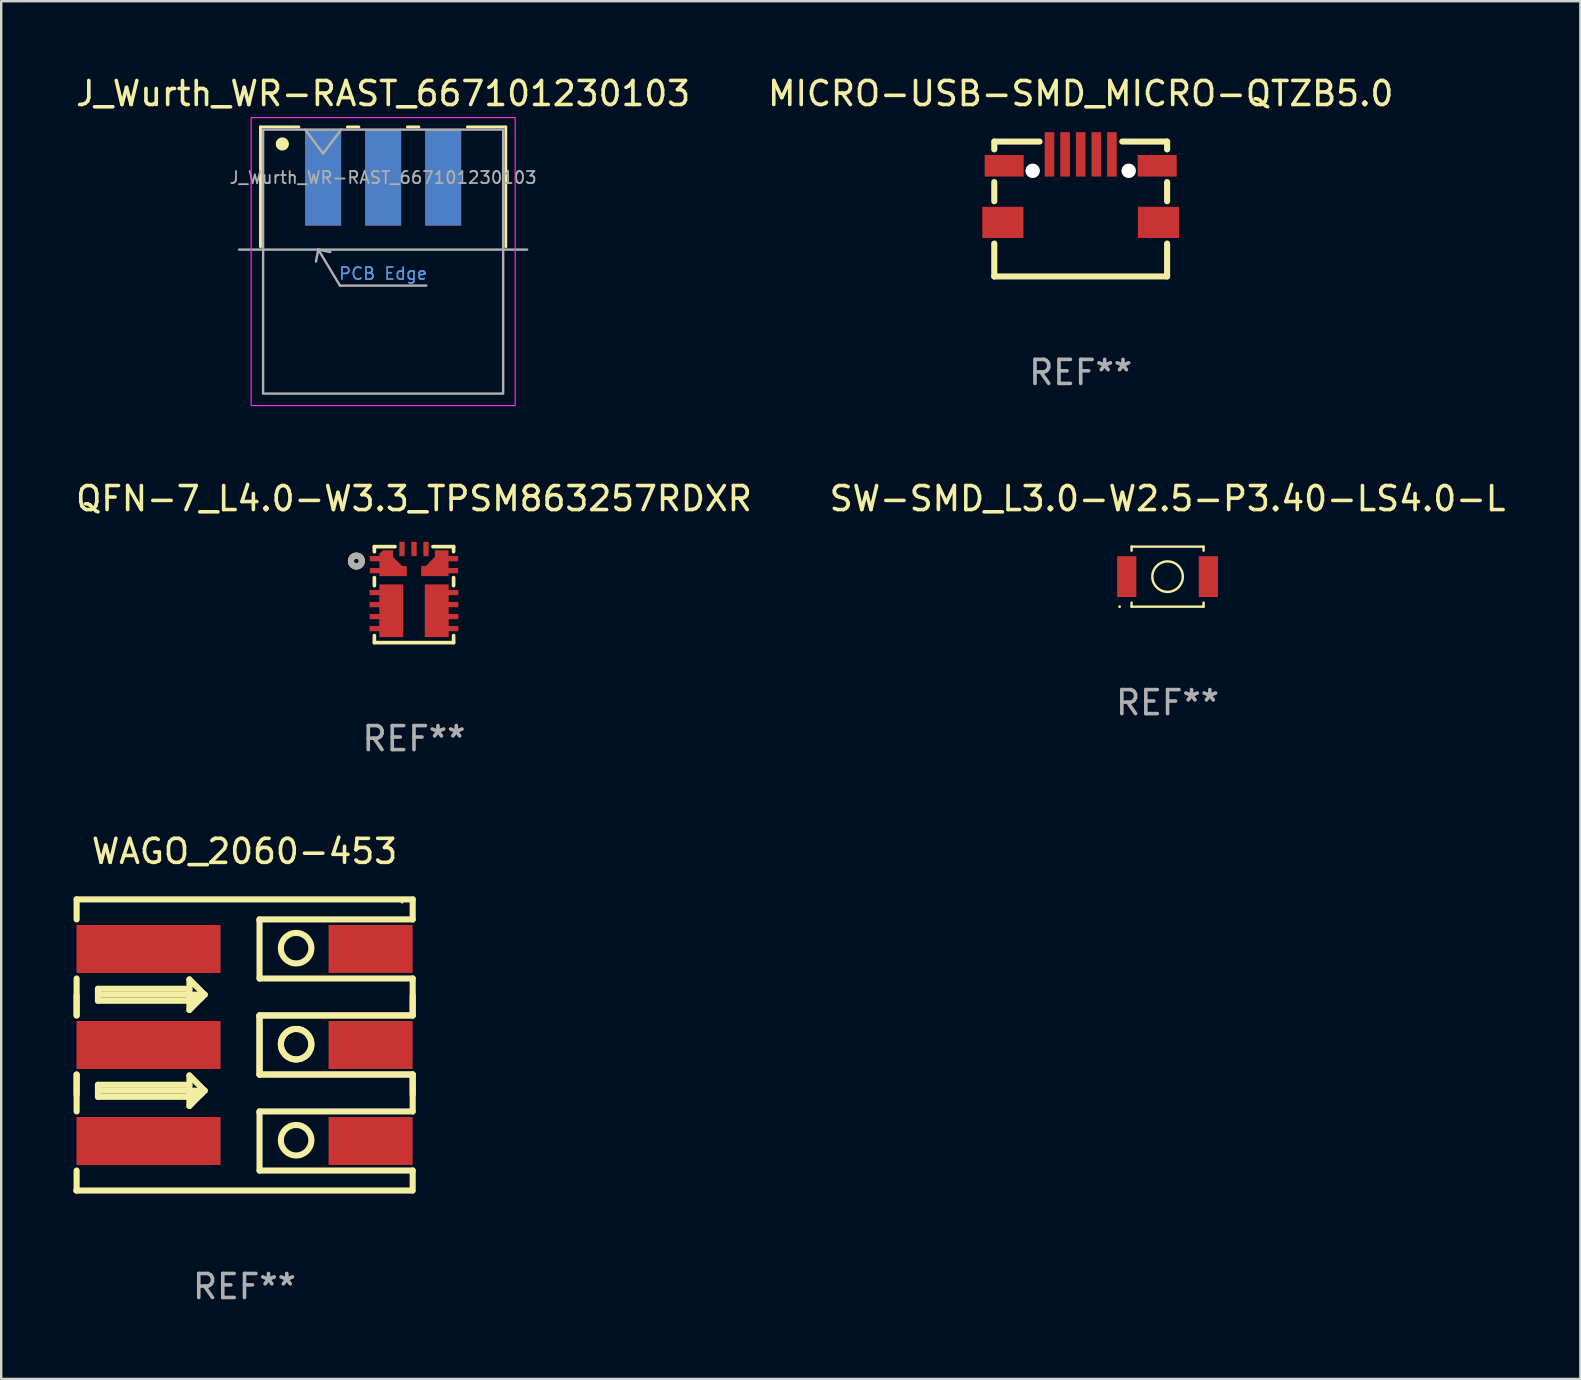
<source format=kicad_pcb>
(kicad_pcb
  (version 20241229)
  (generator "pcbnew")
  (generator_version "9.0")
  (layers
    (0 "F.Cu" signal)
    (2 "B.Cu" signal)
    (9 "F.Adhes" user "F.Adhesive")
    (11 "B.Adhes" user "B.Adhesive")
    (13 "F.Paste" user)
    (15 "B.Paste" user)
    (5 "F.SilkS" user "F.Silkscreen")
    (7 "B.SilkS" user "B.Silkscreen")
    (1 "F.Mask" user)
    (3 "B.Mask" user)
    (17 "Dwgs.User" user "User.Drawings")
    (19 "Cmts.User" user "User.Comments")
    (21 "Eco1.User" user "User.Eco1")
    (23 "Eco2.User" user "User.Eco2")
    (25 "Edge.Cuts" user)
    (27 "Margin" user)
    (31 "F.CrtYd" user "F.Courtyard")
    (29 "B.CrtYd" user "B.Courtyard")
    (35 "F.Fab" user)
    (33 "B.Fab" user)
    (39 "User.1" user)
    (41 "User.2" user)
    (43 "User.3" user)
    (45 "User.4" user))
  (footprint "J_Wurth_WR-RAST_667101230103"
    (layer "F.Cu")
    (at 12.911 4.348)
    (property "Reference" "J_Wurth_WR-RAST_667101230103" (at 0 -3.5 0) (unlocked yes) (layer "F.SilkS") (effects (font (size 1 1) (thickness 0.15))))
    (attr smd)
    (fp_line (start -5.11 -2.11) (end -5.11 2.88) (stroke (width 0.12) (type default)) (layer "F.SilkS"))
    (fp_line (start -5.11 -2.11) (end -3.51 -2.11) (stroke (width 0.12) (type default)) (layer "F.SilkS"))
    (fp_line (start -1.49 -2.11) (end -1.01 -2.11) (stroke (width 0.12) (type default)) (layer "F.SilkS"))
    (fp_line (start 1.01 -2.11) (end 1.49 -2.11) (stroke (width 0.12) (type default)) (layer "F.SilkS"))
    (fp_line (start 5.11 -2.11) (end 3.51 -2.11) (stroke (width 0.12) (type default)) (layer "F.SilkS"))
    (fp_line (start 5.11 -2.11) (end 5.11 2.88) (stroke (width 0.12) (type default)) (layer "F.SilkS"))
    (fp_circle (center -4.2 -1.4) (end -4.1 -1.2) (stroke (width 0.1) (type solid)) (fill yes) (layer "F.SilkS"))
    (fp_rect (start -5.5 -2.5) (end 5.5 9.5) (stroke (width 0.05) (type default)) (fill no) (layer "F.CrtYd"))
    (fp_line (start -6 3) (end 6 3) (stroke (width 0.1) (type default)) (layer "F.Fab"))
    (fp_line (start -3.25 -2) (end -2.5 -1) (stroke (width 0.1) (type default)) (layer "F.Fab"))
    (fp_line (start -2.7 3) (end -2.8 3.5) (stroke (width 0.1) (type default)) (layer "F.Fab"))
    (fp_line (start -2.7 3) (end -2.2 3.1) (stroke (width 0.1) (type default)) (layer "F.Fab"))
    (fp_line (start -2.7 3) (end -1.8 4.5) (stroke (width 0.1) (type default)) (layer "F.Fab"))
    (fp_line (start -1.8 4.5) (end 1.8 4.5) (stroke (width 0.1) (type default)) (layer "F.Fab"))
    (fp_line (start -1.75 -2) (end -2.5 -1) (stroke (width 0.1) (type default)) (layer "F.Fab"))
    (fp_rect (start -5 -2) (end 5 9) (stroke (width 0.1) (type default)) (fill no) (layer "F.Fab"))
    (fp_text user "PCB Edge" (at 0 4 0) (unlocked yes) (layer "Cmts.User") (effects (font (size 0.5 0.5) (thickness 0.075))))
    (fp_text user "${REFERENCE}" (at 0 0 0) (unlocked yes) (layer "F.Fab") (effects (font (size 0.5 0.5) (thickness 0.075))))
    (pad "A1" smd rect (at -2.5 0) (size 1.5 4) (layers "F.Cu" "F.Mask" "F.Paste"))
    (pad "A2" smd rect (at 0 0) (size 1.5 4) (layers "F.Cu" "F.Mask" "F.Paste"))
    (pad "A3" smd rect (at 2.5 0) (size 1.5 4) (layers "F.Cu" "F.Mask" "F.Paste"))
    (pad "B1" smd rect (at -2.5 0) (size 1.5 4) (layers "F.Mask" "B.Cu" "F.Paste"))
    (pad "B2" smd rect (at 0 0) (size 1.5 4) (layers "F.Mask" "B.Cu" "F.Paste"))
    (pad "B3" smd rect (at 2.5 0) (size 1.5 4) (layers "F.Mask" "B.Cu" "F.Paste")))
  (footprint "SW-SMD_L3.0-W2.5-P3.40-LS4.0-L"
    (layer "F.Cu")
    (at 45.589 20.972)
    (property "Reference" "SW-SMD_L3.0-W2.5-P3.40-LS4.0-L" (at -0.000025 -3.25 0) (layer "F.SilkS") (effects (font (size 1 1) (thickness 0.15))))
    (attr smd)
    (fp_line (start -1.5 -1.25) (end -1.5 -1.081) (stroke (width 0.1) (type solid)) (layer "F.SilkS"))
    (fp_line (start -1.5 1.081) (end -1.5 1.25) (stroke (width 0.1) (type solid)) (layer "F.SilkS"))
    (fp_line (start 1.5 -1.25) (end -1.5 -1.25) (stroke (width 0.1) (type solid)) (layer "F.SilkS"))
    (fp_line (start 1.5 -1.25) (end 1.5 -1.081) (stroke (width 0.1) (type solid)) (layer "F.SilkS"))
    (fp_line (start 1.5 1.081) (end 1.5 1.25) (stroke (width 0.1) (type solid)) (layer "F.SilkS"))
    (fp_line (start 1.5 1.25) (end -1.5 1.25) (stroke (width 0.1) (type solid)) (layer "F.SilkS"))
    (fp_circle (center -1.998 1.25) (end -1.968 1.25) (stroke (width 0.06) (type solid)) (fill no) (layer "F.SilkS"))
    (fp_circle (center -0.000025 0) (end 0.635 0) (stroke (width 0.1) (type solid)) (fill no) (layer "F.SilkS"))
    (fp_text user "REF**" (at -0.000025 5.25 0) (layer "F.Fab") (effects (font (size 1 1) (thickness 0.15))))
    (pad "1" smd rect (at -1.7 0) (size 0.8 1.7) (layers "F.Cu" "F.Mask" "F.Paste"))
    (pad "2" smd rect (at 1.7 0) (size 0.8 1.7) (layers "F.Cu" "F.Mask" "F.Paste")))
  (footprint "WAGO_2060-453"
    (layer "F.Cu")
    (at 7.762 40.482)
    (property "Reference" "WAGO_2060-453" (at -0.627 -8.064 0) (layer "F.SilkS") (effects (font (size 1 1) (thickness 0.15))))
    (attr smd)
    (fp_line (start -7.635 6.064) (end 6.365 6.064) (stroke (width 0.254) (type solid)) (layer "F.SilkS"))
    (fp_line (start -7.62 -6.064) (end -7.62 -5.231) (stroke (width 0.254) (type solid)) (layer "F.SilkS"))
    (fp_line (start -7.62 -6.064) (end 6.38 -6.064) (stroke (width 0.254) (type solid)) (layer "F.SilkS"))
    (fp_line (start -7.62 -2.769) (end -7.62 -1.231) (stroke (width 0.254) (type solid)) (layer "F.SilkS"))
    (fp_line (start -7.62 -2.064) (end -7.62 -1.231) (stroke (width 0.254) (type solid)) (layer "F.SilkS"))
    (fp_line (start -7.62 1.231) (end -7.62 2.769) (stroke (width 0.254) (type solid)) (layer "F.SilkS"))
    (fp_line (start -7.62 1.231) (end -7.62 2.064) (stroke (width 0.254) (type solid)) (layer "F.SilkS"))
    (fp_line (start -7.62 5.231) (end -7.62 6.064) (stroke (width 0.254) (type solid)) (layer "F.SilkS"))
    (fp_line (start -6.731 -2.341) (end -6.731 -1.841) (stroke (width 0.254) (type solid)) (layer "F.SilkS"))
    (fp_line (start -6.731 -1.841) (end -2.794 -1.841) (stroke (width 0.254) (type solid)) (layer "F.SilkS"))
    (fp_line (start -6.731 1.659) (end -6.731 2.159) (stroke (width 0.254) (type solid)) (layer "F.SilkS"))
    (fp_line (start -6.731 2.159) (end -2.794 2.159) (stroke (width 0.254) (type solid)) (layer "F.SilkS"))
    (fp_line (start -2.921 -2.73) (end -2.921 -1.46) (stroke (width 0.254) (type solid)) (layer "F.SilkS"))
    (fp_line (start -2.921 -1.46) (end -2.413 -1.969) (stroke (width 0.254) (type solid)) (layer "F.SilkS"))
    (fp_line (start -2.921 1.27) (end -2.921 2.54) (stroke (width 0.254) (type solid)) (layer "F.SilkS"))
    (fp_line (start -2.921 2.54) (end -2.413 2.031) (stroke (width 0.254) (type solid)) (layer "F.SilkS"))
    (fp_line (start -2.921 -2.341) (end -6.731 -2.341) (stroke (width 0.254) (type solid)) (layer "F.SilkS"))
    (fp_line (start -2.921 1.659) (end -6.731 1.659) (stroke (width 0.254) (type solid)) (layer "F.SilkS"))
    (fp_line (start -2.794 -1.841) (end -2.667 -1.968) (stroke (width 0.254) (type solid)) (layer "F.SilkS"))
    (fp_line (start -2.794 2.159) (end -2.667 2.032) (stroke (width 0.254) (type solid)) (layer "F.SilkS"))
    (fp_line (start -2.413 -1.969) (end -2.286 -2.096) (stroke (width 0.254) (type solid)) (layer "F.SilkS"))
    (fp_line (start -2.413 2.031) (end -2.286 1.904) (stroke (width 0.254) (type solid)) (layer "F.SilkS"))
    (fp_line (start -2.286 -2.095) (end -6.731 -2.095) (stroke (width 0.254) (type solid)) (layer "F.SilkS"))
    (fp_line (start -2.286 -2.095) (end -2.921 -2.73) (stroke (width 0.254) (type solid)) (layer "F.SilkS"))
    (fp_line (start -2.286 1.905) (end -6.731 1.905) (stroke (width 0.254) (type solid)) (layer "F.SilkS"))
    (fp_line (start -2.286 1.905) (end -2.921 1.27) (stroke (width 0.254) (type solid)) (layer "F.SilkS"))
    (fp_line (start 0 -5.175) (end 0 -5.231) (stroke (width 0.254) (type solid)) (layer "F.SilkS"))
    (fp_line (start 0 -2.769) (end 0 -5.175) (stroke (width 0.254) (type solid)) (layer "F.SilkS"))
    (fp_line (start 0 -1.175) (end 0 -1.231) (stroke (width 0.254) (type solid)) (layer "F.SilkS"))
    (fp_line (start 0 -1.175) (end 0 -1.231) (stroke (width 0.254) (type solid)) (layer "F.SilkS"))
    (fp_line (start 0 1.231) (end 0 -1.175) (stroke (width 0.254) (type solid)) (layer "F.SilkS"))
    (fp_line (start 0 1.231) (end 0 -1.175) (stroke (width 0.254) (type solid)) (layer "F.SilkS"))
    (fp_line (start 0 2.825) (end 0 2.769) (stroke (width 0.254) (type solid)) (layer "F.SilkS"))
    (fp_line (start 0 5.231) (end 0 2.825) (stroke (width 0.254) (type solid)) (layer "F.SilkS"))
    (fp_line (start 6.38 -6.064) (end 6.38 -5.231) (stroke (width 0.254) (type solid)) (layer "F.SilkS"))
    (fp_line (start 6.38 -5.231) (end 0 -5.231) (stroke (width 0.254) (type solid)) (layer "F.SilkS"))
    (fp_line (start 6.38 -2.769) (end 0 -2.769) (stroke (width 0.254) (type solid)) (layer "F.SilkS"))
    (fp_line (start 6.38 -2.769) (end 6.38 -1.231) (stroke (width 0.254) (type solid)) (layer "F.SilkS"))
    (fp_line (start 6.38 -2.064) (end 6.38 -1.231) (stroke (width 0.254) (type solid)) (layer "F.SilkS"))
    (fp_line (start 6.38 -1.231) (end 0 -1.231) (stroke (width 0.254) (type solid)) (layer "F.SilkS"))
    (fp_line (start 6.38 -1.231) (end 0 -1.231) (stroke (width 0.254) (type solid)) (layer "F.SilkS"))
    (fp_line (start 6.38 1.231) (end 0 1.231) (stroke (width 0.254) (type solid)) (layer "F.SilkS"))
    (fp_line (start 6.38 1.231) (end 0 1.231) (stroke (width 0.254) (type solid)) (layer "F.SilkS"))
    (fp_line (start 6.38 1.231) (end 6.38 2.064) (stroke (width 0.254) (type solid)) (layer "F.SilkS"))
    (fp_line (start 6.38 1.231) (end 6.38 2.769) (stroke (width 0.254) (type solid)) (layer "F.SilkS"))
    (fp_line (start 6.38 2.769) (end 0 2.769) (stroke (width 0.254) (type solid)) (layer "F.SilkS"))
    (fp_line (start 6.38 5.231) (end 0 5.231) (stroke (width 0.254) (type solid)) (layer "F.SilkS"))
    (fp_line (start 6.38 5.231) (end 6.38 6.064) (stroke (width 0.254) (type solid)) (layer "F.SilkS"))
    (fp_circle (center 1.524 -4.032) (end 2.159 -4.032) (stroke (width 0.254) (type solid)) (fill no) (layer "F.SilkS"))
    (fp_circle (center 1.524 -0.032) (end 2.159 -0.032) (stroke (width 0.254) (type solid)) (fill no) (layer "F.SilkS"))
    (fp_circle (center 1.524 -0.032) (end 2.159 -0.032) (stroke (width 0.254) (type solid)) (fill no) (layer "F.SilkS"))
    (fp_circle (center 1.524 3.968) (end 2.159 3.968) (stroke (width 0.254) (type solid)) (fill no) (layer "F.SilkS"))
    (fp_circle (center 5.936 -5.95) (end 5.966 -5.95) (stroke (width 0.06) (type solid)) (fill no) (layer "F.SilkS"))
    (fp_text user "REF**" (at -0.627 10.064 0) (layer "F.Fab") (effects (font (size 1 1) (thickness 0.15))))
    (pad "1" smd rect (at -4.625 -4 90) (size 2 6) (layers "F.Cu" "F.Mask" "F.Paste"))
    (pad "1" smd rect (at 4.625 -4 90) (size 2 3.5) (layers "F.Cu" "F.Mask" "F.Paste"))
    (pad "2" smd rect (at -4.625 0 90) (size 2 6) (layers "F.Cu" "F.Mask" "F.Paste"))
    (pad "2" smd rect (at 4.625 0 90) (size 2 3.5) (layers "F.Cu" "F.Mask" "F.Paste"))
    (pad "3" smd rect (at -4.625 4 90) (size 2 6) (layers "F.Cu" "F.Mask" "F.Paste"))
    (pad "3" smd rect (at 4.625 4 90) (size 2 3.5) (layers "F.Cu" "F.Mask" "F.Paste")))
  (footprint "QFN-7_L4.0-W3.3_TPSM863257RDXR"
    (layer "F.Cu")
    (at 14.196 21.108)
    (property "Reference" "QFN-7_L4.0-W3.3_TPSM863257RDXR" (at 0.000038 -3.386 0) (layer "F.SilkS") (effects (font (size 1 1) (thickness 0.15))))
    (attr smd)
    (fp_line (start -1.65 -1.386) (end -1.65 -1.177) (stroke (width 0.152) (type solid)) (layer "F.SilkS"))
    (fp_line (start -1.65 2.614) (end 1.65 2.614) (stroke (width 0.152) (type solid)) (layer "F.SilkS"))
    (fp_line (start -1.65 0.239) (end -1.65 -0.096) (stroke (width 0.152) (type solid)) (layer "F.SilkS"))
    (fp_line (start -1.65 2.614) (end -1.65 2.319) (stroke (width 0.152) (type solid)) (layer "F.SilkS"))
    (fp_line (start -0.79 -1.386) (end -1.65 -1.386) (stroke (width 0.152) (type solid)) (layer "F.SilkS"))
    (fp_line (start 1.65 -1.386) (end 0.79 -1.386) (stroke (width 0.152) (type solid)) (layer "F.SilkS"))
    (fp_line (start 1.65 -1.177) (end 1.65 -1.386) (stroke (width 0.152) (type solid)) (layer "F.SilkS"))
    (fp_line (start 1.65 0.238) (end 1.65 -0.096) (stroke (width 0.152) (type solid)) (layer "F.SilkS"))
    (fp_line (start 1.65 2.614) (end 1.65 2.319) (stroke (width 0.152) (type solid)) (layer "F.SilkS"))
    (fp_circle (center -2.4 -0.786) (end -2.3 -0.786) (stroke (width 0.254) (type solid)) (fill no) (layer "F.SilkS"))
    (fp_circle (center -1.65 -1.386) (end -1.62 -1.386) (stroke (width 0.06) (type solid)) (fill no) (layer "F.SilkS"))
    (fp_circle (center -2.4 -0.786) (end -2.3 -0.786) (stroke (width 0.254) (type solid)) (fill no) (layer "F.Fab"))
    (fp_text user "REF**" (at 0.000038 6.614 0) (layer "F.Fab") (effects (font (size 1 1) (thickness 0.15))))
    (pad "1" smd custom (at -0.975 -0.696) (size 0.1 0.1) (layers "F.Cu" "F.Mask" "F.Paste") (options (anchor circle)) (primitives (gr_poly (pts (xy 0.105 -0.26) (xy 0.105 -0.54) (xy -0.315 -0.54) (xy -0.465 -0.39) (xy -0.465 -0.39) (xy -0.465 -0.3) (xy -0.865 -0.3) (xy -0.865 -0.08) (xy -0.675 -0.08) (xy -0.465 -0.08) (xy -0.465 0.2) (xy -0.675 0.2) (xy -0.865 0.2) (xy -0.865 0.42) (xy -0.675 0.42) (xy -0.465 0.42) (xy -0.465 0.54) (xy 0.675 0.54) (xy 0.675 0.12) (xy 0.485 0.12) (xy 0.105 -0.26)) (width 0) (fill yes))))
    (pad "2" smd custom (at -1.05 1.286) (size 0.1 0.1) (layers "F.Cu" "F.Mask" "F.Paste") (options (anchor circle)) (primitives (gr_poly (pts (xy 0.6 1.097) (xy 0.6 -1.098) (xy 0.6 -1.098) (xy -0.395 -1.098) (xy -0.395 -0.868) (xy -0.8 -0.868) (xy -0.8 -0.648) (xy -0.395 -0.648) (xy -0.395 -0.368) (xy -0.8 -0.368) (xy -0.8 -0.148) (xy -0.395 -0.148) (xy -0.395 0.132) (xy -0.8 0.132) (xy -0.8 0.352) (xy -0.395 0.352) (xy -0.395 0.632) (xy -0.8 0.632) (xy -0.8 0.852) (xy -0.395 0.852) (xy -0.395 1.097) (xy 0.6 1.097)) (width 0) (fill yes))))
    (pad "3" smd custom (at 1.05 1.286) (size 0.1 0.1) (layers "F.Cu" "F.Mask" "F.Paste") (options (anchor circle)) (primitives (gr_poly (pts (xy 0.395 -0.868) (xy 0.395 -1.098) (xy -0.6 -1.098) (xy -0.6 1.097) (xy 0.395 1.097) (xy 0.395 0.852) (xy 0.8 0.852) (xy 0.8 0.632) (xy 0.395 0.632) (xy 0.395 0.352) (xy 0.8 0.352) (xy 0.8 0.132) (xy 0.395 0.132) (xy 0.395 -0.148) (xy 0.8 -0.148) (xy 0.8 -0.368) (xy 0.395 -0.368) (xy 0.395 -0.648) (xy 0.8 -0.648) (xy 0.8 -0.868) (xy 0.395 -0.868)) (width 0) (fill yes))))
    (pad "4" smd custom (at 0.975 -0.696) (size 0.1 0.1) (layers "F.Cu" "F.Mask" "F.Paste") (options (anchor circle)) (primitives (gr_poly (pts (xy -0.105 -0.54) (xy -0.105 -0.26) (xy -0.485 0.12) (xy -0.675 0.12) (xy -0.675 0.54) (xy 0.465 0.54) (xy 0.465 0.42) (xy 0.865 0.42) (xy 0.865 0.2) (xy 0.465 0.2) (xy 0.465 -0.08) (xy 0.865 -0.08) (xy 0.865 -0.3) (xy 0.465 -0.3) (xy 0.465 -0.54) (xy -0.105 -0.54)) (width 0) (fill yes))))
    (pad "5" smd rect (at 0.5 -1.286) (size 0.22 0.6) (layers "F.Cu" "F.Mask" "F.Paste"))
    (pad "6" smd rect (at 0 -1.286) (size 0.22 0.6) (layers "F.Cu" "F.Mask" "F.Paste"))
    (pad "7" smd rect (at -0.5 -1.286) (size 0.22 0.6) (layers "F.Cu" "F.Mask" "F.Paste")))
  (footprint "MICRO-USB-SMD_MICRO-QTZB5.0"
    (layer "F.Cu")
    (at 41.97 4.798)
    (property "Reference" "MICRO-USB-SMD_MICRO-QTZB5.0" (at 0.000025 -3.95 0) (layer "F.SilkS") (effects (font (size 1 1) (thickness 0.15))))
    (attr smd)
    (fp_line (start -3.6 -1.624) (end -3.6 -1.95) (stroke (width 0.254) (type solid)) (layer "F.SilkS"))
    (fp_line (start -3.6 0.536) (end -3.6 -0.261) (stroke (width 0.254) (type solid)) (layer "F.SilkS"))
    (fp_line (start -3.6 2.299) (end -3.6 3.668) (stroke (width 0.254) (type solid)) (layer "F.SilkS"))
    (fp_line (start -3.6 3.668) (end 3.6 3.668) (stroke (width 0.254) (type solid)) (layer "F.SilkS"))
    (fp_line (start -1.716 -1.95) (end -3.584 -1.95) (stroke (width 0.254) (type solid)) (layer "F.SilkS"))
    (fp_line (start 3.6 -1.95) (end 1.731 -1.95) (stroke (width 0.254) (type solid)) (layer "F.SilkS"))
    (fp_line (start 3.6 -1.624) (end 3.6 -1.95) (stroke (width 0.254) (type solid)) (layer "F.SilkS"))
    (fp_line (start 3.6 0.536) (end 3.6 -0.261) (stroke (width 0.254) (type solid)) (layer "F.SilkS"))
    (fp_line (start 3.6 3.668) (end 3.6 2.299) (stroke (width 0.254) (type solid)) (layer "F.SilkS"))
    (fp_circle (center -3.6 -1.962) (end -3.57 -1.962) (stroke (width 0.06) (type solid)) (fill no) (layer "F.SilkS"))
    (fp_circle (center -2 -0.732) (end -1.887 -0.732) (stroke (width 0.225) (type solid)) (fill no) (layer "F.Fab"))
    (fp_circle (center 2 -0.732) (end 2.113 -0.732) (stroke (width 0.225) (type solid)) (fill no) (layer "F.Fab"))
    (fp_text user "REF**" (at 0.000025 7.668 0) (layer "F.Fab") (effects (font (size 1 1) (thickness 0.15))))
    (pad "" np_thru_hole circle (at -2 -0.732) (size 0.6 0.6) (drill 0.6) (layers "*.Cu" "*.Mask"))
    (pad "" np_thru_hole circle (at 2 -0.732) (size 0.6 0.6) (drill 0.6) (layers "*.Cu" "*.Mask"))
    (pad "1" smd rect (at -1.3 -1.417) (size 0.4 1.85) (layers "F.Cu" "F.Mask" "F.Paste"))
    (pad "2" smd rect (at -0.65 -1.417) (size 0.4 1.85) (layers "F.Cu" "F.Mask" "F.Paste"))
    (pad "3" smd rect (at -0.000127 -1.417) (size 0.4 1.85) (layers "F.Cu" "F.Mask" "F.Paste"))
    (pad "4" smd rect (at 0.65 -1.417) (size 0.4 1.85) (layers "F.Cu" "F.Mask" "F.Paste"))
    (pad "5" smd rect (at 1.3 -1.417) (size 0.4 1.85) (layers "F.Cu" "F.Mask" "F.Paste"))
    (pad "6" smd rect (at -3.242 1.417) (size 1.715 1.3) (layers "F.Cu" "F.Mask" "F.Paste"))
    (pad "6" smd rect (at -3.188 -0.942) (size 1.625 0.9) (layers "F.Cu" "F.Mask" "F.Paste"))
    (pad "6" smd rect (at 3.188 -0.942) (size 1.625 0.9) (layers "F.Cu" "F.Mask" "F.Paste"))
    (pad "6" smd rect (at 3.242 1.417) (size 1.715 1.3) (layers "F.Cu" "F.Mask" "F.Paste")))
  (gr_rect
    (start -3 -3)
    (end 62.786 54.394)
    (stroke (width 0.1) (type default))
    (fill no)
    (layer "Edge.Cuts")))
</source>
